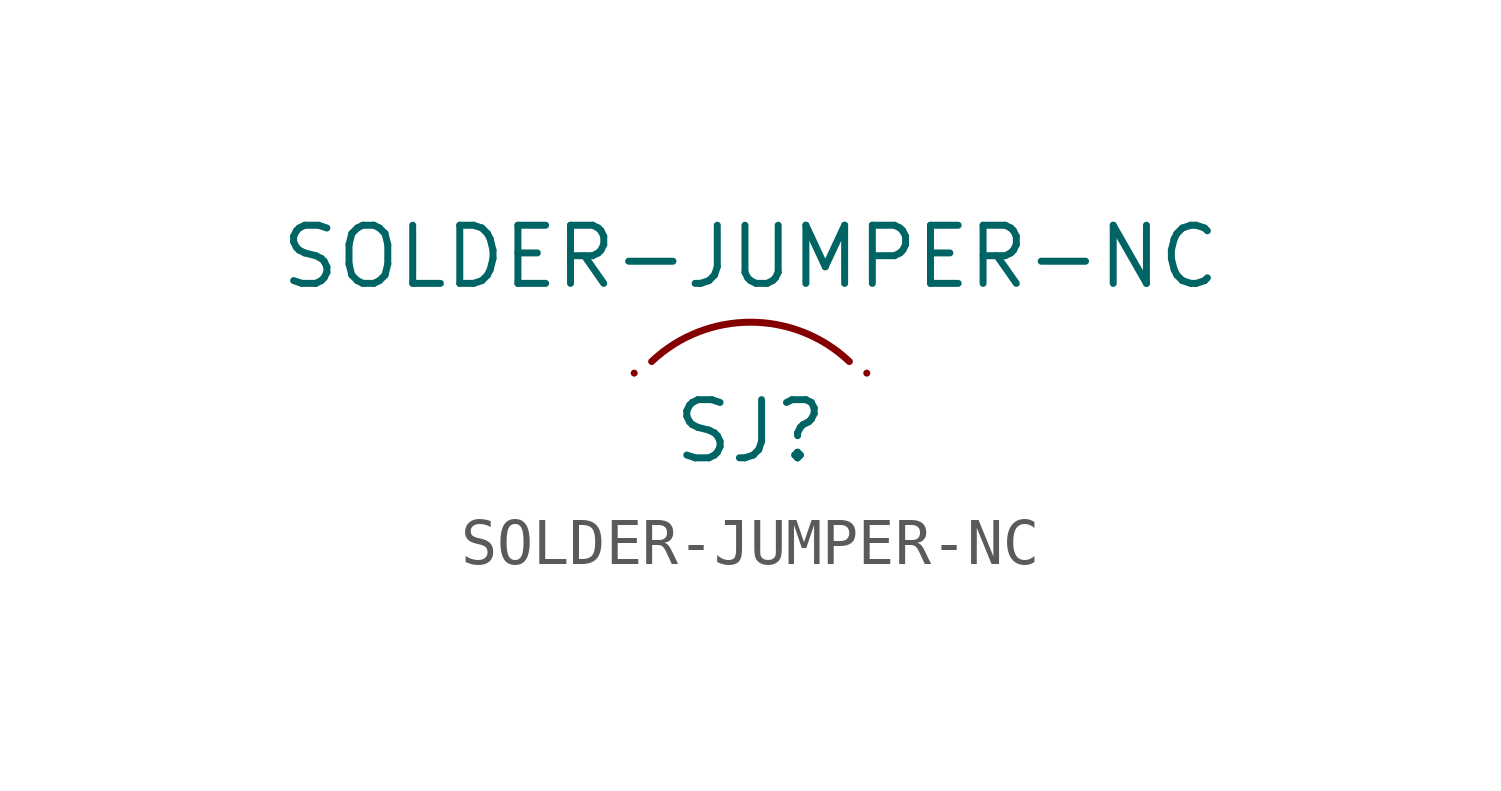
<source format=kicad_sym>
(kicad_symbol_lib
  (version 20211014)
  (generator kicad_symbol_editor)
  (symbol "SOLDER-JUMPER-NC"
    (pin_numbers hide)
    (pin_names
      (offset 1.016) hide)
    (property "Reference" "SJ"
      (at 0 -1.27 0)
      (effects (font (size 1.27 1.27))))
    (property "Value" "SOLDER-JUMPER-NC"
      (at 0 2.54 0)
      (effects (font (size 1.27 1.27))))
    (symbol "SOLDER-JUMPER-NC_0_1"
      (arc (start 2.159 0.254) (mid 0 1.1124) (end -2.159 0.254) (stroke (width 0) (type default) (color 0 0 0 0)) (fill (type none))))
    (symbol "SOLDER-JUMPER-NC_1_1"
      (pin passive line (at -2.54 0 0) (length 0) (name "~" (effects (font (size 1.27 1.27)))) (number "1" (effects (font (size 1.27 1.27)))))
      (pin passive line (at 2.54 0 180) (length 0) (name "~" (effects (font (size 1.27 1.27)))) (number "2" (effects (font (size 1.27 1.27))))))))
</source>
